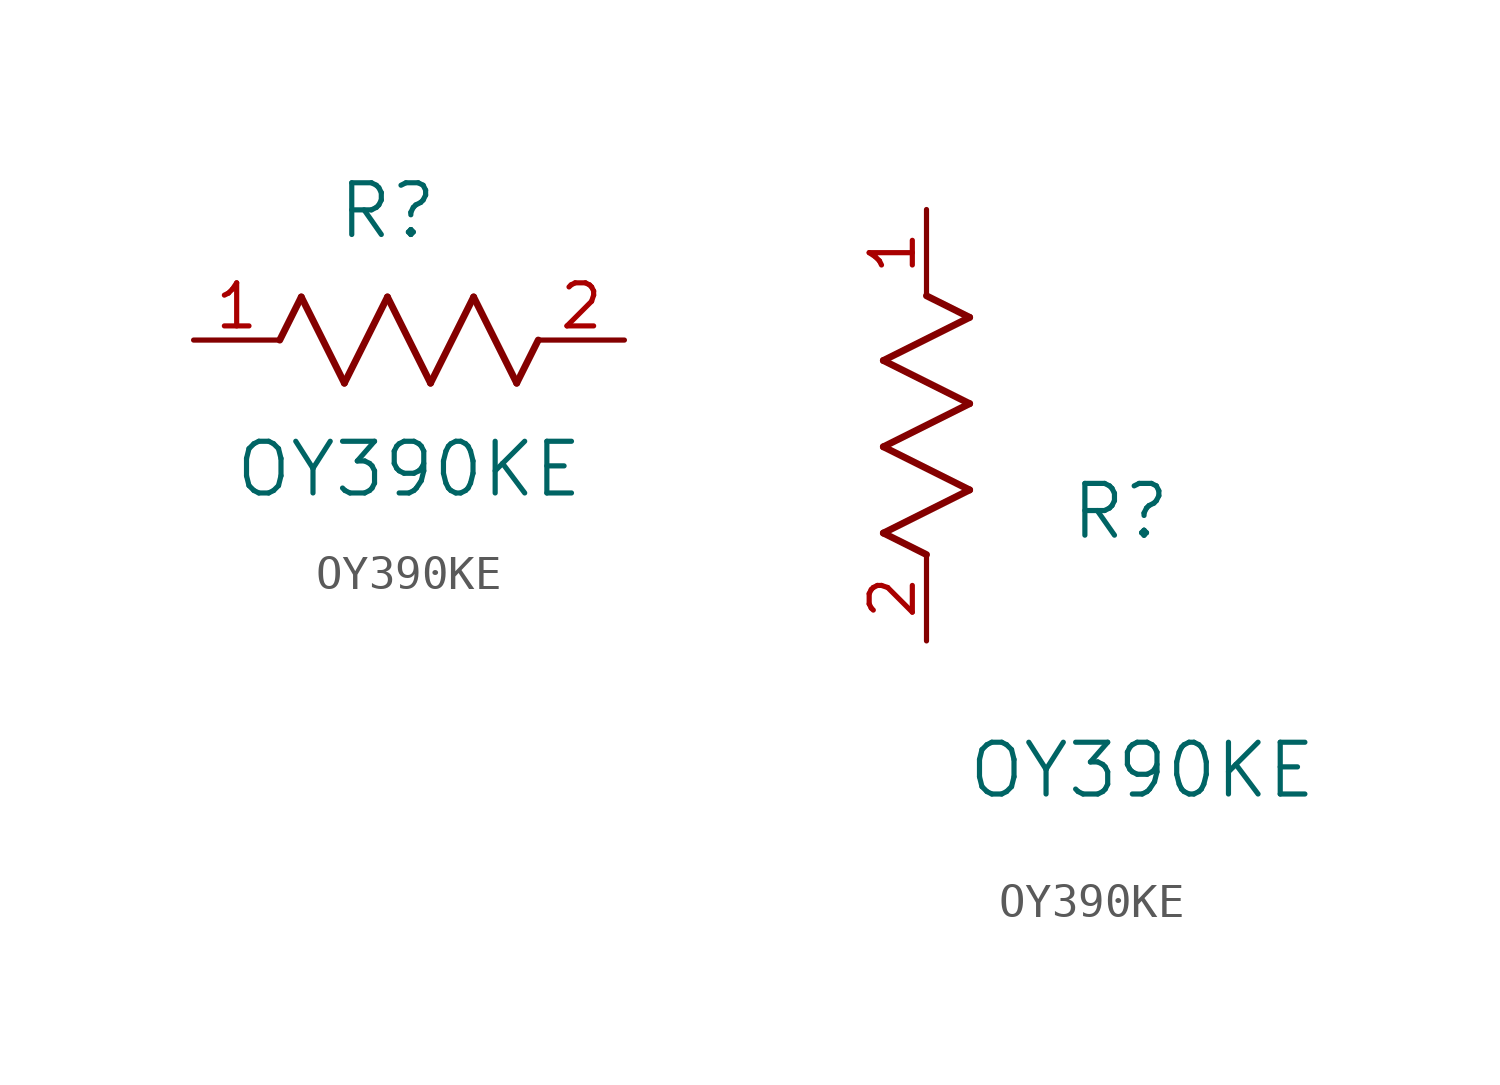
<source format=kicad_sym>
(kicad_symbol_lib
  (version 20211014)
  (generator kicad_symbol_editor)
  (symbol "OY390KE"
    (pin_names
      (offset 0.254))
    (property "Reference" "R"
      (at 5.715 3.81 0)
      (effects (font (size 1.524 1.524))))
    (property "Value" "OY390KE"
      (at 6.35 -3.81 0)
      (effects (font (size 1.524 1.524))))
    (symbol "OY390KE_1_1"
      (polyline (pts (xy 3.175 1.27) (xy 4.445 -1.27)) (stroke (width 0.203) (type default) (color 0 0 0 0)) (fill (type none)))
      (polyline (pts (xy 4.445 -1.27) (xy 5.715 1.27)) (stroke (width 0.203) (type default) (color 0 0 0 0)) (fill (type none)))
      (polyline (pts (xy 5.715 1.27) (xy 6.985 -1.27)) (stroke (width 0.203) (type default) (color 0 0 0 0)) (fill (type none)))
      (polyline (pts (xy 6.985 -1.27) (xy 8.255 1.27)) (stroke (width 0.203) (type default) (color 0 0 0 0)) (fill (type none)))
      (polyline (pts (xy 8.255 1.27) (xy 9.525 -1.27)) (stroke (width 0.203) (type default) (color 0 0 0 0)) (fill (type none)))
      (polyline (pts (xy 2.54 0) (xy 3.175 1.27)) (stroke (width 0.203) (type default) (color 0 0 0 0)) (fill (type none)))
      (polyline (pts (xy 9.525 -1.27) (xy 10.16 0)) (stroke (width 0.203) (type default) (color 0 0 0 0)) (fill (type none)))
      (pin unspecified line (at 0 0 0) (length 2.54) (name "" (effects (font (size 1.27 1.27)))) (number "1" (effects (font (size 1.27 1.27)))))
      (pin unspecified line (at 12.7 0 180) (length 2.54) (name "" (effects (font (size 1.27 1.27)))) (number "2" (effects (font (size 1.27 1.27))))))
    (symbol "OY390KE_1_2"
      (polyline (pts (xy 0 2.54) (xy -1.27 3.175)) (stroke (width 0.203) (type default) (color 0 0 0 0)) (fill (type none)))
      (polyline (pts (xy -1.27 3.175) (xy 1.27 4.445)) (stroke (width 0.203) (type default) (color 0 0 0 0)) (fill (type none)))
      (polyline (pts (xy 1.27 4.445) (xy -1.27 5.715)) (stroke (width 0.203) (type default) (color 0 0 0 0)) (fill (type none)))
      (polyline (pts (xy -1.27 5.715) (xy 1.27 6.985)) (stroke (width 0.203) (type default) (color 0 0 0 0)) (fill (type none)))
      (polyline (pts (xy -1.27 8.255) (xy 1.27 9.525)) (stroke (width 0.203) (type default) (color 0 0 0 0)) (fill (type none)))
      (polyline (pts (xy 1.27 9.525) (xy 0 10.16)) (stroke (width 0.203) (type default) (color 0 0 0 0)) (fill (type none)))
      (polyline (pts (xy 1.27 6.985) (xy -1.27 8.255)) (stroke (width 0.203) (type default) (color 0 0 0 0)) (fill (type none)))
      (pin unspecified line (at 0 12.7 270) (length 2.54) (name "" (effects (font (size 1.27 1.27)))) (number "1" (effects (font (size 1.27 1.27)))))
      (pin unspecified line (at 0 0 90) (length 2.54) (name "" (effects (font (size 1.27 1.27)))) (number "2" (effects (font (size 1.27 1.27))))))))
</source>
